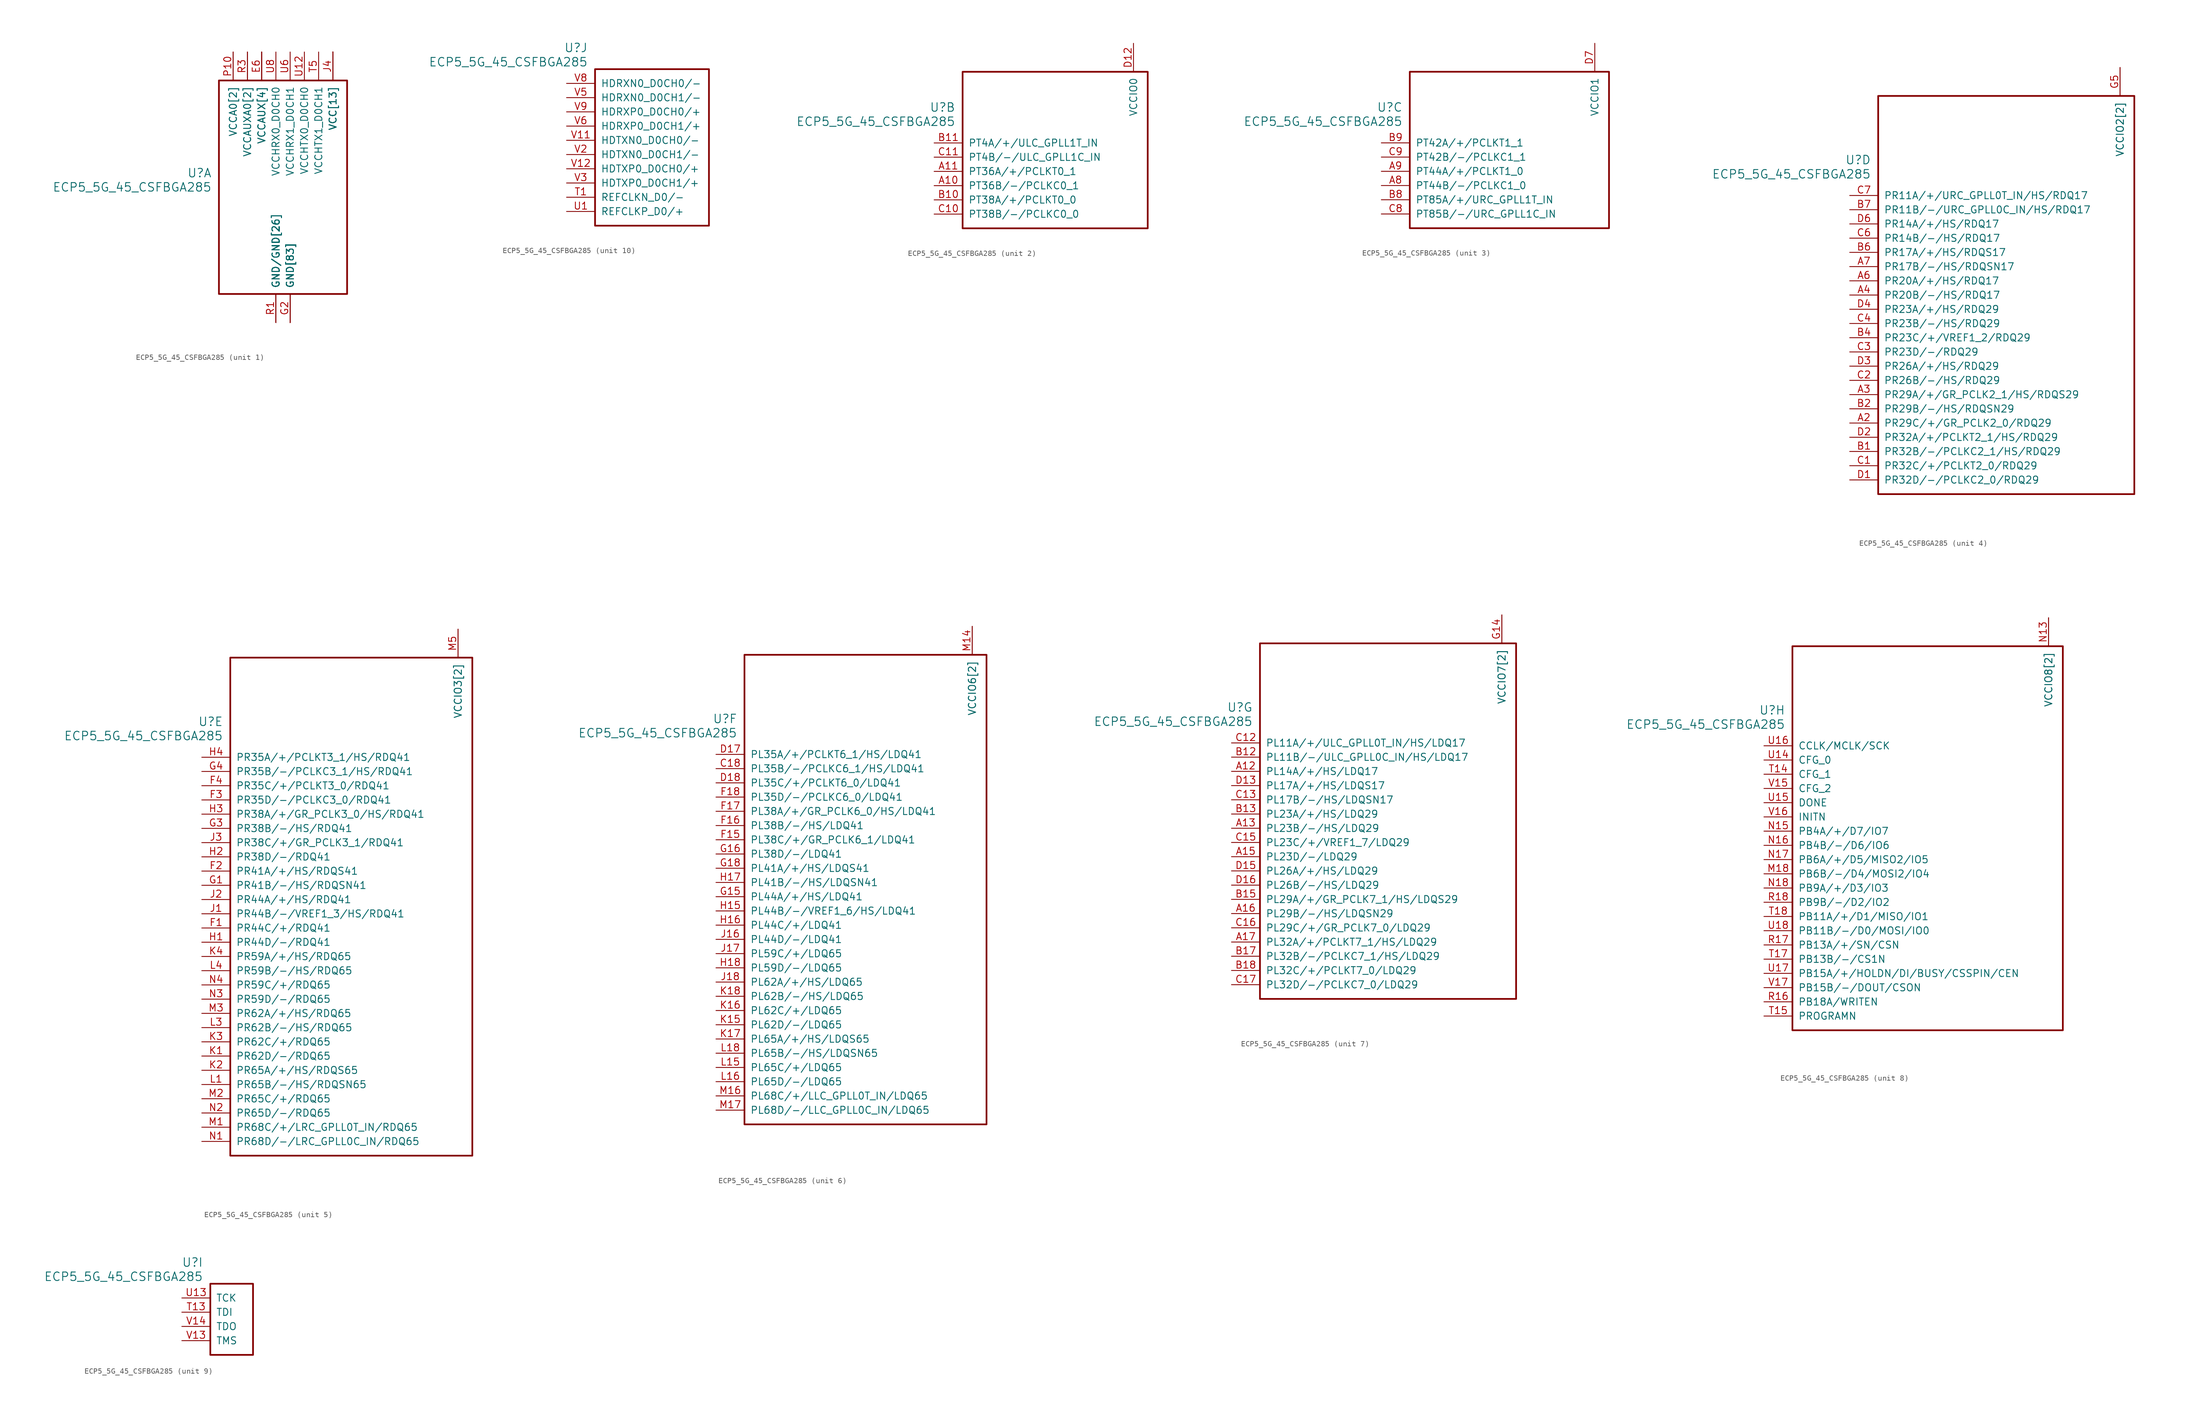
<source format=kicad_sym>
(kicad_symbol_lib
  (version 20231120)
  (generator "kicad_symbol_editor")
  (generator_version "8.0")
  (symbol "ECP5_5G_45_CSFBGA285"
    (pin_names
      (offset 1.016))
    (property "Reference" "U"
      (at 3.81 6.35 0)
      (effects (font (size 1.524 1.524)) (justify right)))
    (property "Value" "ECP5_5G_45_CSFBGA285"
      (at 3.81 3.81 0)
      (effects (font (size 1.524 1.524)) (justify right)))
    (property "ki_locked" ""
      (at 0 0 0)
      (effects (font (size 1.27 1.27))))
    (symbol "ECP5_5G_45_CSFBGA285_1_1"
      (rectangle (start 5.08 22.86) (end 27.94 -15.24) (stroke (width 0.305) (type default)) (fill (type none)))
      (pin power_in line (at 17.78 -20.32 90) (length 5.08) (name "GND[83]" (effects (font (size 1.27 1.27)))) (number "B16" (effects (font (size 0 0)))))
      (pin power_in line (at 17.78 -20.32 90) (length 5.08) (name "GND[83]" (effects (font (size 1.27 1.27)))) (number "B3" (effects (font (size 0 0)))))
      (pin power_in line (at 25.4 27.94 270) (length 5.08) (name "VCC[13]" (effects (font (size 1.27 1.27)))) (number "D10" (effects (font (size 0 0)))))
      (pin power_in line (at 25.4 27.94 270) (length 5.08) (name "VCC[13]" (effects (font (size 1.27 1.27)))) (number "D11" (effects (font (size 0 0)))))
      (pin power_in line (at 25.4 27.94 270) (length 5.08) (name "VCC[13]" (effects (font (size 1.27 1.27)))) (number "D8" (effects (font (size 0 0)))))
      (pin power_in line (at 25.4 27.94 270) (length 5.08) (name "VCC[13]" (effects (font (size 1.27 1.27)))) (number "D9" (effects (font (size 0 0)))))
      (pin power_in line (at 17.78 -20.32 90) (length 5.08) (name "GND[83]" (effects (font (size 1.27 1.27)))) (number "E10" (effects (font (size 0 0)))))
      (pin power_in line (at 17.78 -20.32 90) (length 5.08) (name "GND[83]" (effects (font (size 1.27 1.27)))) (number "E11" (effects (font (size 0 0)))))
      (pin power_in line (at 17.78 -20.32 90) (length 5.08) (name "GND[83]" (effects (font (size 1.27 1.27)))) (number "E12" (effects (font (size 0 0)))))
      (pin power_in line (at 12.7 27.94 270) (length 5.08) (name "VCCAUX[4]" (effects (font (size 1.27 1.27)))) (number "E13" (effects (font (size 0 0)))))
      (pin power_in line (at 17.78 -20.32 90) (length 5.08) (name "GND[83]" (effects (font (size 1.27 1.27)))) (number "E14" (effects (font (size 0 0)))))
      (pin power_in line (at 17.78 -20.32 90) (length 5.08) (name "GND[83]" (effects (font (size 1.27 1.27)))) (number "E5" (effects (font (size 0 0)))))
      (pin power_in line (at 12.7 27.94 270) (length 5.08) (name "VCCAUX[4]" (effects (font (size 1.27 1.27)))) (number "E6" (effects (font (size 1.27 1.27)))))
      (pin power_in line (at 17.78 -20.32 90) (length 5.08) (name "GND[83]" (effects (font (size 1.27 1.27)))) (number "E7" (effects (font (size 0 0)))))
      (pin power_in line (at 17.78 -20.32 90) (length 5.08) (name "GND[83]" (effects (font (size 1.27 1.27)))) (number "E8" (effects (font (size 0 0)))))
      (pin power_in line (at 17.78 -20.32 90) (length 5.08) (name "GND[83]" (effects (font (size 1.27 1.27)))) (number "E9" (effects (font (size 0 0)))))
      (pin power_in line (at 17.78 -20.32 90) (length 5.08) (name "GND[83]" (effects (font (size 1.27 1.27)))) (number "F10" (effects (font (size 0 0)))))
      (pin power_in line (at 17.78 -20.32 90) (length 5.08) (name "GND[83]" (effects (font (size 1.27 1.27)))) (number "F11" (effects (font (size 0 0)))))
      (pin power_in line (at 17.78 -20.32 90) (length 5.08) (name "GND[83]" (effects (font (size 1.27 1.27)))) (number "F12" (effects (font (size 0 0)))))
      (pin power_in line (at 17.78 -20.32 90) (length 5.08) (name "GND[83]" (effects (font (size 1.27 1.27)))) (number "F13" (effects (font (size 0 0)))))
      (pin power_in line (at 17.78 -20.32 90) (length 5.08) (name "GND[83]" (effects (font (size 1.27 1.27)))) (number "F14" (effects (font (size 0 0)))))
      (pin power_in line (at 17.78 -20.32 90) (length 5.08) (name "GND[83]" (effects (font (size 1.27 1.27)))) (number "F5" (effects (font (size 0 0)))))
      (pin power_in line (at 17.78 -20.32 90) (length 5.08) (name "GND[83]" (effects (font (size 1.27 1.27)))) (number "F6" (effects (font (size 0 0)))))
      (pin power_in line (at 17.78 -20.32 90) (length 5.08) (name "GND[83]" (effects (font (size 1.27 1.27)))) (number "F7" (effects (font (size 0 0)))))
      (pin power_in line (at 17.78 -20.32 90) (length 5.08) (name "GND[83]" (effects (font (size 1.27 1.27)))) (number "F8" (effects (font (size 0 0)))))
      (pin power_in line (at 17.78 -20.32 90) (length 5.08) (name "GND[83]" (effects (font (size 1.27 1.27)))) (number "F9" (effects (font (size 0 0)))))
      (pin power_in line (at 17.78 -20.32 90) (length 5.08) (name "GND[83]" (effects (font (size 1.27 1.27)))) (number "G10" (effects (font (size 0 0)))))
      (pin power_in line (at 17.78 -20.32 90) (length 5.08) (name "GND[83]" (effects (font (size 1.27 1.27)))) (number "G11" (effects (font (size 0 0)))))
      (pin power_in line (at 17.78 -20.32 90) (length 5.08) (name "GND[83]" (effects (font (size 1.27 1.27)))) (number "G12" (effects (font (size 0 0)))))
      (pin power_in line (at 17.78 -20.32 90) (length 5.08) (name "GND[83]" (effects (font (size 1.27 1.27)))) (number "G13" (effects (font (size 0 0)))))
      (pin power_in line (at 17.78 -20.32 90) (length 5.08) (name "GND[83]" (effects (font (size 1.27 1.27)))) (number "G17" (effects (font (size 0 0)))))
      (pin power_in line (at 17.78 -20.32 90) (length 5.08) (name "GND[83]" (effects (font (size 1.27 1.27)))) (number "G2" (effects (font (size 1.27 1.27)))))
      (pin power_in line (at 17.78 -20.32 90) (length 5.08) (name "GND[83]" (effects (font (size 1.27 1.27)))) (number "G6" (effects (font (size 0 0)))))
      (pin power_in line (at 17.78 -20.32 90) (length 5.08) (name "GND[83]" (effects (font (size 1.27 1.27)))) (number "G7" (effects (font (size 0 0)))))
      (pin power_in line (at 17.78 -20.32 90) (length 5.08) (name "GND[83]" (effects (font (size 1.27 1.27)))) (number "G8" (effects (font (size 0 0)))))
      (pin power_in line (at 17.78 -20.32 90) (length 5.08) (name "GND[83]" (effects (font (size 1.27 1.27)))) (number "G9" (effects (font (size 0 0)))))
      (pin power_in line (at 17.78 -20.32 90) (length 5.08) (name "GND[83]" (effects (font (size 1.27 1.27)))) (number "H10" (effects (font (size 0 0)))))
      (pin power_in line (at 17.78 -20.32 90) (length 5.08) (name "GND[83]" (effects (font (size 1.27 1.27)))) (number "H11" (effects (font (size 0 0)))))
      (pin power_in line (at 17.78 -20.32 90) (length 5.08) (name "GND[83]" (effects (font (size 1.27 1.27)))) (number "H12" (effects (font (size 0 0)))))
      (pin power_in line (at 17.78 -20.32 90) (length 5.08) (name "GND[83]" (effects (font (size 1.27 1.27)))) (number "H13" (effects (font (size 0 0)))))
      (pin power_in line (at 17.78 -20.32 90) (length 5.08) (name "GND[83]" (effects (font (size 1.27 1.27)))) (number "H6" (effects (font (size 0 0)))))
      (pin power_in line (at 17.78 -20.32 90) (length 5.08) (name "GND[83]" (effects (font (size 1.27 1.27)))) (number "H7" (effects (font (size 0 0)))))
      (pin power_in line (at 17.78 -20.32 90) (length 5.08) (name "GND[83]" (effects (font (size 1.27 1.27)))) (number "H8" (effects (font (size 0 0)))))
      (pin power_in line (at 17.78 -20.32 90) (length 5.08) (name "GND[83]" (effects (font (size 1.27 1.27)))) (number "H9" (effects (font (size 0 0)))))
      (pin power_in line (at 17.78 -20.32 90) (length 5.08) (name "GND[83]" (effects (font (size 1.27 1.27)))) (number "J10" (effects (font (size 0 0)))))
      (pin power_in line (at 17.78 -20.32 90) (length 5.08) (name "GND[83]" (effects (font (size 1.27 1.27)))) (number "J11" (effects (font (size 0 0)))))
      (pin power_in line (at 17.78 -20.32 90) (length 5.08) (name "GND[83]" (effects (font (size 1.27 1.27)))) (number "J12" (effects (font (size 0 0)))))
      (pin power_in line (at 17.78 -20.32 90) (length 5.08) (name "GND[83]" (effects (font (size 1.27 1.27)))) (number "J13" (effects (font (size 0 0)))))
      (pin power_in line (at 25.4 27.94 270) (length 5.08) (name "VCC[13]" (effects (font (size 1.27 1.27)))) (number "J14" (effects (font (size 0 0)))))
      (pin power_in line (at 25.4 27.94 270) (length 5.08) (name "VCC[13]" (effects (font (size 1.27 1.27)))) (number "J15" (effects (font (size 0 0)))))
      (pin power_in line (at 25.4 27.94 270) (length 5.08) (name "VCC[13]" (effects (font (size 1.27 1.27)))) (number "J4" (effects (font (size 1.27 1.27)))))
      (pin power_in line (at 25.4 27.94 270) (length 5.08) (name "VCC[13]" (effects (font (size 1.27 1.27)))) (number "J5" (effects (font (size 0 0)))))
      (pin power_in line (at 17.78 -20.32 90) (length 5.08) (name "GND[83]" (effects (font (size 1.27 1.27)))) (number "J6" (effects (font (size 0 0)))))
      (pin power_in line (at 17.78 -20.32 90) (length 5.08) (name "GND[83]" (effects (font (size 1.27 1.27)))) (number "J7" (effects (font (size 0 0)))))
      (pin power_in line (at 17.78 -20.32 90) (length 5.08) (name "GND[83]" (effects (font (size 1.27 1.27)))) (number "J8" (effects (font (size 0 0)))))
      (pin power_in line (at 17.78 -20.32 90) (length 5.08) (name "GND[83]" (effects (font (size 1.27 1.27)))) (number "J9" (effects (font (size 0 0)))))
      (pin power_in line (at 17.78 -20.32 90) (length 5.08) (name "GND[83]" (effects (font (size 1.27 1.27)))) (number "K10" (effects (font (size 0 0)))))
      (pin power_in line (at 17.78 -20.32 90) (length 5.08) (name "GND[83]" (effects (font (size 1.27 1.27)))) (number "K11" (effects (font (size 0 0)))))
      (pin power_in line (at 17.78 -20.32 90) (length 5.08) (name "GND[83]" (effects (font (size 1.27 1.27)))) (number "K12" (effects (font (size 0 0)))))
      (pin power_in line (at 17.78 -20.32 90) (length 5.08) (name "GND[83]" (effects (font (size 1.27 1.27)))) (number "K13" (effects (font (size 0 0)))))
      (pin power_in line (at 17.78 -20.32 90) (length 5.08) (name "GND[83]" (effects (font (size 1.27 1.27)))) (number "K14" (effects (font (size 0 0)))))
      (pin power_in line (at 17.78 -20.32 90) (length 5.08) (name "GND[83]" (effects (font (size 1.27 1.27)))) (number "K5" (effects (font (size 0 0)))))
      (pin power_in line (at 17.78 -20.32 90) (length 5.08) (name "GND[83]" (effects (font (size 1.27 1.27)))) (number "K6" (effects (font (size 0 0)))))
      (pin power_in line (at 17.78 -20.32 90) (length 5.08) (name "GND[83]" (effects (font (size 1.27 1.27)))) (number "K7" (effects (font (size 0 0)))))
      (pin power_in line (at 17.78 -20.32 90) (length 5.08) (name "GND[83]" (effects (font (size 1.27 1.27)))) (number "K8" (effects (font (size 0 0)))))
      (pin power_in line (at 17.78 -20.32 90) (length 5.08) (name "GND[83]" (effects (font (size 1.27 1.27)))) (number "K9" (effects (font (size 0 0)))))
      (pin power_in line (at 17.78 -20.32 90) (length 5.08) (name "GND[83]" (effects (font (size 1.27 1.27)))) (number "L10" (effects (font (size 0 0)))))
      (pin power_in line (at 17.78 -20.32 90) (length 5.08) (name "GND[83]" (effects (font (size 1.27 1.27)))) (number "L11" (effects (font (size 0 0)))))
      (pin power_in line (at 17.78 -20.32 90) (length 5.08) (name "GND[83]" (effects (font (size 1.27 1.27)))) (number "L12" (effects (font (size 0 0)))))
      (pin power_in line (at 17.78 -20.32 90) (length 5.08) (name "GND[83]" (effects (font (size 1.27 1.27)))) (number "L13" (effects (font (size 0 0)))))
      (pin power_in line (at 17.78 -20.32 90) (length 5.08) (name "GND[83]" (effects (font (size 1.27 1.27)))) (number "L14" (effects (font (size 0 0)))))
      (pin power_in line (at 17.78 -20.32 90) (length 5.08) (name "GND[83]" (effects (font (size 1.27 1.27)))) (number "L17" (effects (font (size 0 0)))))
      (pin power_in line (at 17.78 -20.32 90) (length 5.08) (name "GND[83]" (effects (font (size 1.27 1.27)))) (number "L2" (effects (font (size 0 0)))))
      (pin power_in line (at 17.78 -20.32 90) (length 5.08) (name "GND[83]" (effects (font (size 1.27 1.27)))) (number "L5" (effects (font (size 0 0)))))
      (pin power_in line (at 17.78 -20.32 90) (length 5.08) (name "GND[83]" (effects (font (size 1.27 1.27)))) (number "L6" (effects (font (size 0 0)))))
      (pin power_in line (at 17.78 -20.32 90) (length 5.08) (name "GND[83]" (effects (font (size 1.27 1.27)))) (number "L7" (effects (font (size 0 0)))))
      (pin power_in line (at 17.78 -20.32 90) (length 5.08) (name "GND[83]" (effects (font (size 1.27 1.27)))) (number "L8" (effects (font (size 0 0)))))
      (pin power_in line (at 17.78 -20.32 90) (length 5.08) (name "GND[83]" (effects (font (size 1.27 1.27)))) (number "L9" (effects (font (size 0 0)))))
      (pin power_in line (at 17.78 -20.32 90) (length 5.08) (name "GND[83]" (effects (font (size 1.27 1.27)))) (number "M10" (effects (font (size 0 0)))))
      (pin power_in line (at 17.78 -20.32 90) (length 5.08) (name "GND[83]" (effects (font (size 1.27 1.27)))) (number "M11" (effects (font (size 0 0)))))
      (pin power_in line (at 17.78 -20.32 90) (length 5.08) (name "GND[83]" (effects (font (size 1.27 1.27)))) (number "M12" (effects (font (size 0 0)))))
      (pin power_in line (at 17.78 -20.32 90) (length 5.08) (name "GND[83]" (effects (font (size 1.27 1.27)))) (number "M13" (effects (font (size 0 0)))))
      (pin power_in line (at 25.4 27.94 270) (length 5.08) (name "VCC[13]" (effects (font (size 1.27 1.27)))) (number "M15" (effects (font (size 0 0)))))
      (pin power_in line (at 25.4 27.94 270) (length 5.08) (name "VCC[13]" (effects (font (size 1.27 1.27)))) (number "M4" (effects (font (size 0 0)))))
      (pin power_in line (at 17.78 -20.32 90) (length 5.08) (name "GND[83]" (effects (font (size 1.27 1.27)))) (number "M6" (effects (font (size 0 0)))))
      (pin power_in line (at 17.78 -20.32 90) (length 5.08) (name "GND[83]" (effects (font (size 1.27 1.27)))) (number "M7" (effects (font (size 0 0)))))
      (pin power_in line (at 17.78 -20.32 90) (length 5.08) (name "GND[83]" (effects (font (size 1.27 1.27)))) (number "M8" (effects (font (size 0 0)))))
      (pin power_in line (at 17.78 -20.32 90) (length 5.08) (name "GND[83]" (effects (font (size 1.27 1.27)))) (number "M9" (effects (font (size 0 0)))))
      (pin power_in line (at 17.78 -20.32 90) (length 5.08) (name "GND[83]" (effects (font (size 1.27 1.27)))) (number "N10" (effects (font (size 0 0)))))
      (pin power_in line (at 17.78 -20.32 90) (length 5.08) (name "GND[83]" (effects (font (size 1.27 1.27)))) (number "N11" (effects (font (size 0 0)))))
      (pin power_in line (at 17.78 -20.32 90) (length 5.08) (name "GND[83]" (effects (font (size 1.27 1.27)))) (number "N12" (effects (font (size 0 0)))))
      (pin power_in line (at 12.7 27.94 270) (length 5.08) (name "VCCAUX[4]" (effects (font (size 1.27 1.27)))) (number "N6" (effects (font (size 0 0)))))
      (pin power_in line (at 17.78 -20.32 90) (length 5.08) (name "GND[83]" (effects (font (size 1.27 1.27)))) (number "N7" (effects (font (size 0 0)))))
      (pin power_in line (at 17.78 -20.32 90) (length 5.08) (name "GND[83]" (effects (font (size 1.27 1.27)))) (number "N8" (effects (font (size 0 0)))))
      (pin power_in line (at 17.78 -20.32 90) (length 5.08) (name "GND[83]" (effects (font (size 1.27 1.27)))) (number "N9" (effects (font (size 0 0)))))
      (pin power_in line (at 7.62 27.94 270) (length 5.08) (name "VCCA0[2]" (effects (font (size 1.27 1.27)))) (number "P10" (effects (font (size 1.27 1.27)))))
      (pin power_in line (at 25.4 27.94 270) (length 5.08) (name "VCC[13]" (effects (font (size 1.27 1.27)))) (number "P11" (effects (font (size 0 0)))))
      (pin power_in line (at 15.24 -20.32 90) (length 5.08) (name "GND/GND[26]" (effects (font (size 1.27 1.27)))) (number "P12" (effects (font (size 0 0)))))
      (pin power_in line (at 12.7 27.94 270) (length 5.08) (name "VCCAUX[4]" (effects (font (size 1.27 1.27)))) (number "P13" (effects (font (size 0 0)))))
      (pin power_in line (at 10.16 27.94 270) (length 5.08) (name "VCCAUXA0[2]" (effects (font (size 1.27 1.27)))) (number "P5" (effects (font (size 0 0)))))
      (pin power_in line (at 15.24 -20.32 90) (length 5.08) (name "GND/GND[26]" (effects (font (size 1.27 1.27)))) (number "P6" (effects (font (size 0 0)))))
      (pin power_in line (at 25.4 27.94 270) (length 5.08) (name "VCC[13]" (effects (font (size 1.27 1.27)))) (number "P7" (effects (font (size 0 0)))))
      (pin power_in line (at 15.24 -20.32 90) (length 5.08) (name "GND/GND[26]" (effects (font (size 1.27 1.27)))) (number "P8" (effects (font (size 0 0)))))
      (pin power_in line (at 25.4 27.94 270) (length 5.08) (name "VCC[13]" (effects (font (size 1.27 1.27)))) (number "P9" (effects (font (size 0 0)))))
      (pin power_in line (at 15.24 -20.32 90) (length 5.08) (name "GND/GND[26]" (effects (font (size 1.27 1.27)))) (number "R1" (effects (font (size 1.27 1.27)))))
      (pin power_in line (at 7.62 27.94 270) (length 5.08) (name "VCCA0[2]" (effects (font (size 1.27 1.27)))) (number "R10" (effects (font (size 0 0)))))
      (pin power_in line (at 15.24 -20.32 90) (length 5.08) (name "GND/GND[26]" (effects (font (size 1.27 1.27)))) (number "R2" (effects (font (size 0 0)))))
      (pin power_in line (at 10.16 27.94 270) (length 5.08) (name "VCCAUXA0[2]" (effects (font (size 1.27 1.27)))) (number "R3" (effects (font (size 1.27 1.27)))))
      (pin power_in line (at 15.24 -20.32 90) (length 5.08) (name "GND/GND[26]" (effects (font (size 1.27 1.27)))) (number "T10" (effects (font (size 0 0)))))
      (pin power_in line (at 15.24 -20.32 90) (length 5.08) (name "GND/GND[26]" (effects (font (size 1.27 1.27)))) (number "T11" (effects (font (size 0 0)))))
      (pin power_in line (at 15.24 -20.32 90) (length 5.08) (name "GND/GND[26]" (effects (font (size 1.27 1.27)))) (number "T12" (effects (font (size 0 0)))))
      (pin power_in line (at 17.78 -20.32 90) (length 5.08) (name "GND[83]" (effects (font (size 1.27 1.27)))) (number "T16" (effects (font (size 0 0)))))
      (pin power_in line (at 15.24 -20.32 90) (length 5.08) (name "GND/GND[26]" (effects (font (size 1.27 1.27)))) (number "T2" (effects (font (size 0 0)))))
      (pin power_in line (at 15.24 -20.32 90) (length 5.08) (name "GND/GND[26]" (effects (font (size 1.27 1.27)))) (number "T3" (effects (font (size 0 0)))))
      (pin power_in line (at 15.24 -20.32 90) (length 5.08) (name "GND/GND[26]" (effects (font (size 1.27 1.27)))) (number "T4" (effects (font (size 0 0)))))
      (pin power_in line (at 22.86 27.94 270) (length 5.08) (name "VCCHTX1_D0CH1" (effects (font (size 1.27 1.27)))) (number "T5" (effects (font (size 1.27 1.27)))))
      (pin power_in line (at 15.24 -20.32 90) (length 5.08) (name "GND/GND[26]" (effects (font (size 1.27 1.27)))) (number "T6" (effects (font (size 0 0)))))
      (pin power_in line (at 15.24 -20.32 90) (length 5.08) (name "GND/GND[26]" (effects (font (size 1.27 1.27)))) (number "T7" (effects (font (size 0 0)))))
      (pin power_in line (at 15.24 -20.32 90) (length 5.08) (name "GND/GND[26]" (effects (font (size 1.27 1.27)))) (number "T8" (effects (font (size 0 0)))))
      (pin power_in line (at 15.24 -20.32 90) (length 5.08) (name "GND/GND[26]" (effects (font (size 1.27 1.27)))) (number "T9" (effects (font (size 0 0)))))
      (pin power_in line (at 15.24 -20.32 90) (length 5.08) (name "GND/GND[26]" (effects (font (size 1.27 1.27)))) (number "U10" (effects (font (size 0 0)))))
      (pin power_in line (at 15.24 -20.32 90) (length 5.08) (name "GND/GND[26]" (effects (font (size 1.27 1.27)))) (number "U11" (effects (font (size 0 0)))))
      (pin power_in line (at 20.32 27.94 270) (length 5.08) (name "VCCHTX0_D0CH0" (effects (font (size 1.27 1.27)))) (number "U12" (effects (font (size 1.27 1.27)))))
      (pin power_in line (at 15.24 -20.32 90) (length 5.08) (name "GND/GND[26]" (effects (font (size 1.27 1.27)))) (number "U2" (effects (font (size 0 0)))))
      (pin power_in line (at 15.24 -20.32 90) (length 5.08) (name "GND/GND[26]" (effects (font (size 1.27 1.27)))) (number "U3" (effects (font (size 0 0)))))
      (pin power_in line (at 15.24 -20.32 90) (length 5.08) (name "GND/GND[26]" (effects (font (size 1.27 1.27)))) (number "U4" (effects (font (size 0 0)))))
      (pin power_in line (at 15.24 -20.32 90) (length 5.08) (name "GND/GND[26]" (effects (font (size 1.27 1.27)))) (number "U5" (effects (font (size 0 0)))))
      (pin power_in line (at 17.78 27.94 270) (length 5.08) (name "VCCHRX1_D0CH1" (effects (font (size 1.27 1.27)))) (number "U6" (effects (font (size 1.27 1.27)))))
      (pin power_in line (at 15.24 -20.32 90) (length 5.08) (name "GND/GND[26]" (effects (font (size 1.27 1.27)))) (number "U7" (effects (font (size 0 0)))))
      (pin power_in line (at 15.24 27.94 270) (length 5.08) (name "VCCHRX0_D0CH0" (effects (font (size 1.27 1.27)))) (number "U8" (effects (font (size 1.27 1.27)))))
      (pin power_in line (at 15.24 -20.32 90) (length 5.08) (name "GND/GND[26]" (effects (font (size 1.27 1.27)))) (number "U9" (effects (font (size 0 0)))))
      (pin power_in line (at 15.24 -20.32 90) (length 5.08) (name "GND/GND[26]" (effects (font (size 1.27 1.27)))) (number "V10" (effects (font (size 0 0)))))
      (pin power_in line (at 15.24 -20.32 90) (length 5.08) (name "GND/GND[26]" (effects (font (size 1.27 1.27)))) (number "V4" (effects (font (size 0 0)))))
      (pin power_in line (at 15.24 -20.32 90) (length 5.08) (name "GND/GND[26]" (effects (font (size 1.27 1.27)))) (number "V7" (effects (font (size 0 0))))))
    (symbol "ECP5_5G_45_CSFBGA285_2_1"
      (rectangle (start 5.08 12.7) (end 38.1 -15.24) (stroke (width 0.305) (type default)) (fill (type none)))
      (pin bidirectional line (at 0 -7.62 0) (length 5.08) (name "PT36B/-/PCLKC0_1" (effects (font (size 1.27 1.27)))) (number "A10" (effects (font (size 1.27 1.27)))))
      (pin bidirectional line (at 0 -5.08 0) (length 5.08) (name "PT36A/+/PCLKT0_1" (effects (font (size 1.27 1.27)))) (number "A11" (effects (font (size 1.27 1.27)))))
      (pin bidirectional line (at 0 -10.16 0) (length 5.08) (name "PT38A/+/PCLKT0_0" (effects (font (size 1.27 1.27)))) (number "B10" (effects (font (size 1.27 1.27)))))
      (pin bidirectional line (at 0 0 0) (length 5.08) (name "PT4A/+/ULC_GPLL1T_IN" (effects (font (size 1.27 1.27)))) (number "B11" (effects (font (size 1.27 1.27)))))
      (pin bidirectional line (at 0 -12.7 0) (length 5.08) (name "PT38B/-/PCLKC0_0" (effects (font (size 1.27 1.27)))) (number "C10" (effects (font (size 1.27 1.27)))))
      (pin bidirectional line (at 0 -2.54 0) (length 5.08) (name "PT4B/-/ULC_GPLL1C_IN" (effects (font (size 1.27 1.27)))) (number "C11" (effects (font (size 1.27 1.27)))))
      (pin power_in line (at 35.56 17.78 270) (length 5.08) (name "VCCIO0" (effects (font (size 1.27 1.27)))) (number "D12" (effects (font (size 1.27 1.27))))))
    (symbol "ECP5_5G_45_CSFBGA285_3_1"
      (rectangle (start 5.08 12.7) (end 40.64 -15.24) (stroke (width 0.305) (type default)) (fill (type none)))
      (pin bidirectional line (at 0 -7.62 0) (length 5.08) (name "PT44B/-/PCLKC1_0" (effects (font (size 1.27 1.27)))) (number "A8" (effects (font (size 1.27 1.27)))))
      (pin bidirectional line (at 0 -5.08 0) (length 5.08) (name "PT44A/+/PCLKT1_0" (effects (font (size 1.27 1.27)))) (number "A9" (effects (font (size 1.27 1.27)))))
      (pin bidirectional line (at 0 -10.16 0) (length 5.08) (name "PT85A/+/URC_GPLL1T_IN" (effects (font (size 1.27 1.27)))) (number "B8" (effects (font (size 1.27 1.27)))))
      (pin bidirectional line (at 0 0 0) (length 5.08) (name "PT42A/+/PCLKT1_1" (effects (font (size 1.27 1.27)))) (number "B9" (effects (font (size 1.27 1.27)))))
      (pin bidirectional line (at 0 -12.7 0) (length 5.08) (name "PT85B/-/URC_GPLL1C_IN" (effects (font (size 1.27 1.27)))) (number "C8" (effects (font (size 1.27 1.27)))))
      (pin bidirectional line (at 0 -2.54 0) (length 5.08) (name "PT42B/-/PCLKC1_1" (effects (font (size 1.27 1.27)))) (number "C9" (effects (font (size 1.27 1.27)))))
      (pin power_in line (at 38.1 17.78 270) (length 5.08) (name "VCCIO1" (effects (font (size 1.27 1.27)))) (number "D7" (effects (font (size 1.27 1.27))))))
    (symbol "ECP5_5G_45_CSFBGA285_4_1"
      (rectangle (start 5.08 17.78) (end 50.8 -53.34) (stroke (width 0.305) (type default)) (fill (type none)))
      (pin bidirectional line (at 0 -40.64 0) (length 5.08) (name "PR29C/+/GR_PCLK2_0/RDQ29" (effects (font (size 1.27 1.27)))) (number "A2" (effects (font (size 1.27 1.27)))))
      (pin bidirectional line (at 0 -35.56 0) (length 5.08) (name "PR29A/+/GR_PCLK2_1/HS/RDQS29" (effects (font (size 1.27 1.27)))) (number "A3" (effects (font (size 1.27 1.27)))))
      (pin bidirectional line (at 0 -17.78 0) (length 5.08) (name "PR20B/-/HS/RDQ17" (effects (font (size 1.27 1.27)))) (number "A4" (effects (font (size 1.27 1.27)))))
      (pin bidirectional line (at 0 -15.24 0) (length 5.08) (name "PR20A/+/HS/RDQ17" (effects (font (size 1.27 1.27)))) (number "A6" (effects (font (size 1.27 1.27)))))
      (pin bidirectional line (at 0 -12.7 0) (length 5.08) (name "PR17B/-/HS/RDQSN17" (effects (font (size 1.27 1.27)))) (number "A7" (effects (font (size 1.27 1.27)))))
      (pin bidirectional line (at 0 -45.72 0) (length 5.08) (name "PR32B/-/PCLKC2_1/HS/RDQ29" (effects (font (size 1.27 1.27)))) (number "B1" (effects (font (size 1.27 1.27)))))
      (pin bidirectional line (at 0 -38.1 0) (length 5.08) (name "PR29B/-/HS/RDQSN29" (effects (font (size 1.27 1.27)))) (number "B2" (effects (font (size 1.27 1.27)))))
      (pin bidirectional line (at 0 -25.4 0) (length 5.08) (name "PR23C/+/VREF1_2/RDQ29" (effects (font (size 1.27 1.27)))) (number "B4" (effects (font (size 1.27 1.27)))))
      (pin bidirectional line (at 0 -10.16 0) (length 5.08) (name "PR17A/+/HS/RDQS17" (effects (font (size 1.27 1.27)))) (number "B6" (effects (font (size 1.27 1.27)))))
      (pin bidirectional line (at 0 -2.54 0) (length 5.08) (name "PR11B/-/URC_GPLL0C_IN/HS/RDQ17" (effects (font (size 1.27 1.27)))) (number "B7" (effects (font (size 1.27 1.27)))))
      (pin bidirectional line (at 0 -48.26 0) (length 5.08) (name "PR32C/+/PCLKT2_0/RDQ29" (effects (font (size 1.27 1.27)))) (number "C1" (effects (font (size 1.27 1.27)))))
      (pin bidirectional line (at 0 -33.02 0) (length 5.08) (name "PR26B/-/HS/RDQ29" (effects (font (size 1.27 1.27)))) (number "C2" (effects (font (size 1.27 1.27)))))
      (pin bidirectional line (at 0 -27.94 0) (length 5.08) (name "PR23D/-/RDQ29" (effects (font (size 1.27 1.27)))) (number "C3" (effects (font (size 1.27 1.27)))))
      (pin bidirectional line (at 0 -22.86 0) (length 5.08) (name "PR23B/-/HS/RDQ29" (effects (font (size 1.27 1.27)))) (number "C4" (effects (font (size 1.27 1.27)))))
      (pin bidirectional line (at 0 -7.62 0) (length 5.08) (name "PR14B/-/HS/RDQ17" (effects (font (size 1.27 1.27)))) (number "C6" (effects (font (size 1.27 1.27)))))
      (pin bidirectional line (at 0 0 0) (length 5.08) (name "PR11A/+/URC_GPLL0T_IN/HS/RDQ17" (effects (font (size 1.27 1.27)))) (number "C7" (effects (font (size 1.27 1.27)))))
      (pin bidirectional line (at 0 -50.8 0) (length 5.08) (name "PR32D/-/PCLKC2_0/RDQ29" (effects (font (size 1.27 1.27)))) (number "D1" (effects (font (size 1.27 1.27)))))
      (pin bidirectional line (at 0 -43.18 0) (length 5.08) (name "PR32A/+/PCLKT2_1/HS/RDQ29" (effects (font (size 1.27 1.27)))) (number "D2" (effects (font (size 1.27 1.27)))))
      (pin bidirectional line (at 0 -30.48 0) (length 5.08) (name "PR26A/+/HS/RDQ29" (effects (font (size 1.27 1.27)))) (number "D3" (effects (font (size 1.27 1.27)))))
      (pin bidirectional line (at 0 -20.32 0) (length 5.08) (name "PR23A/+/HS/RDQ29" (effects (font (size 1.27 1.27)))) (number "D4" (effects (font (size 1.27 1.27)))))
      (pin bidirectional line (at 0 -5.08 0) (length 5.08) (name "PR14A/+/HS/RDQ17" (effects (font (size 1.27 1.27)))) (number "D6" (effects (font (size 1.27 1.27)))))
      (pin power_in line (at 48.26 22.86 270) (length 5.08) (name "VCCIO2[2]" (effects (font (size 1.27 1.27)))) (number "G5" (effects (font (size 1.27 1.27)))))
      (pin power_in line (at 48.26 22.86 270) (length 5.08) (name "VCCIO2[2]" (effects (font (size 1.27 1.27)))) (number "H5" (effects (font (size 0 0))))))
    (symbol "ECP5_5G_45_CSFBGA285_5_1"
      (rectangle (start 5.08 17.78) (end 48.26 -71.12) (stroke (width 0.305) (type default)) (fill (type none)))
      (pin bidirectional line (at 0 -30.48 0) (length 5.08) (name "PR44C/+/RDQ41" (effects (font (size 1.27 1.27)))) (number "F1" (effects (font (size 1.27 1.27)))))
      (pin bidirectional line (at 0 -20.32 0) (length 5.08) (name "PR41A/+/HS/RDQS41" (effects (font (size 1.27 1.27)))) (number "F2" (effects (font (size 1.27 1.27)))))
      (pin bidirectional line (at 0 -7.62 0) (length 5.08) (name "PR35D/-/PCLKC3_0/RDQ41" (effects (font (size 1.27 1.27)))) (number "F3" (effects (font (size 1.27 1.27)))))
      (pin bidirectional line (at 0 -5.08 0) (length 5.08) (name "PR35C/+/PCLKT3_0/RDQ41" (effects (font (size 1.27 1.27)))) (number "F4" (effects (font (size 1.27 1.27)))))
      (pin bidirectional line (at 0 -22.86 0) (length 5.08) (name "PR41B/-/HS/RDQSN41" (effects (font (size 1.27 1.27)))) (number "G1" (effects (font (size 1.27 1.27)))))
      (pin bidirectional line (at 0 -12.7 0) (length 5.08) (name "PR38B/-/HS/RDQ41" (effects (font (size 1.27 1.27)))) (number "G3" (effects (font (size 1.27 1.27)))))
      (pin bidirectional line (at 0 -2.54 0) (length 5.08) (name "PR35B/-/PCLKC3_1/HS/RDQ41" (effects (font (size 1.27 1.27)))) (number "G4" (effects (font (size 1.27 1.27)))))
      (pin bidirectional line (at 0 -33.02 0) (length 5.08) (name "PR44D/-/RDQ41" (effects (font (size 1.27 1.27)))) (number "H1" (effects (font (size 1.27 1.27)))))
      (pin bidirectional line (at 0 -17.78 0) (length 5.08) (name "PR38D/-/RDQ41" (effects (font (size 1.27 1.27)))) (number "H2" (effects (font (size 1.27 1.27)))))
      (pin bidirectional line (at 0 -10.16 0) (length 5.08) (name "PR38A/+/GR_PCLK3_0/HS/RDQ41" (effects (font (size 1.27 1.27)))) (number "H3" (effects (font (size 1.27 1.27)))))
      (pin bidirectional line (at 0 0 0) (length 5.08) (name "PR35A/+/PCLKT3_1/HS/RDQ41" (effects (font (size 1.27 1.27)))) (number "H4" (effects (font (size 1.27 1.27)))))
      (pin bidirectional line (at 0 -27.94 0) (length 5.08) (name "PR44B/-/VREF1_3/HS/RDQ41" (effects (font (size 1.27 1.27)))) (number "J1" (effects (font (size 1.27 1.27)))))
      (pin bidirectional line (at 0 -25.4 0) (length 5.08) (name "PR44A/+/HS/RDQ41" (effects (font (size 1.27 1.27)))) (number "J2" (effects (font (size 1.27 1.27)))))
      (pin bidirectional line (at 0 -15.24 0) (length 5.08) (name "PR38C/+/GR_PCLK3_1/RDQ41" (effects (font (size 1.27 1.27)))) (number "J3" (effects (font (size 1.27 1.27)))))
      (pin bidirectional line (at 0 -53.34 0) (length 5.08) (name "PR62D/-/RDQ65" (effects (font (size 1.27 1.27)))) (number "K1" (effects (font (size 1.27 1.27)))))
      (pin bidirectional line (at 0 -55.88 0) (length 5.08) (name "PR65A/+/HS/RDQS65" (effects (font (size 1.27 1.27)))) (number "K2" (effects (font (size 1.27 1.27)))))
      (pin bidirectional line (at 0 -50.8 0) (length 5.08) (name "PR62C/+/RDQ65" (effects (font (size 1.27 1.27)))) (number "K3" (effects (font (size 1.27 1.27)))))
      (pin bidirectional line (at 0 -35.56 0) (length 5.08) (name "PR59A/+/HS/RDQ65" (effects (font (size 1.27 1.27)))) (number "K4" (effects (font (size 1.27 1.27)))))
      (pin bidirectional line (at 0 -58.42 0) (length 5.08) (name "PR65B/-/HS/RDQSN65" (effects (font (size 1.27 1.27)))) (number "L1" (effects (font (size 1.27 1.27)))))
      (pin bidirectional line (at 0 -48.26 0) (length 5.08) (name "PR62B/-/HS/RDQ65" (effects (font (size 1.27 1.27)))) (number "L3" (effects (font (size 1.27 1.27)))))
      (pin bidirectional line (at 0 -38.1 0) (length 5.08) (name "PR59B/-/HS/RDQ65" (effects (font (size 1.27 1.27)))) (number "L4" (effects (font (size 1.27 1.27)))))
      (pin bidirectional line (at 0 -66.04 0) (length 5.08) (name "PR68C/+/LRC_GPLL0T_IN/RDQ65" (effects (font (size 1.27 1.27)))) (number "M1" (effects (font (size 1.27 1.27)))))
      (pin bidirectional line (at 0 -60.96 0) (length 5.08) (name "PR65C/+/RDQ65" (effects (font (size 1.27 1.27)))) (number "M2" (effects (font (size 1.27 1.27)))))
      (pin bidirectional line (at 0 -45.72 0) (length 5.08) (name "PR62A/+/HS/RDQ65" (effects (font (size 1.27 1.27)))) (number "M3" (effects (font (size 1.27 1.27)))))
      (pin power_in line (at 45.72 22.86 270) (length 5.08) (name "VCCIO3[2]" (effects (font (size 1.27 1.27)))) (number "M5" (effects (font (size 1.27 1.27)))))
      (pin bidirectional line (at 0 -68.58 0) (length 5.08) (name "PR68D/-/LRC_GPLL0C_IN/RDQ65" (effects (font (size 1.27 1.27)))) (number "N1" (effects (font (size 1.27 1.27)))))
      (pin bidirectional line (at 0 -63.5 0) (length 5.08) (name "PR65D/-/RDQ65" (effects (font (size 1.27 1.27)))) (number "N2" (effects (font (size 1.27 1.27)))))
      (pin bidirectional line (at 0 -43.18 0) (length 5.08) (name "PR59D/-/RDQ65" (effects (font (size 1.27 1.27)))) (number "N3" (effects (font (size 1.27 1.27)))))
      (pin bidirectional line (at 0 -40.64 0) (length 5.08) (name "PR59C/+/RDQ65" (effects (font (size 1.27 1.27)))) (number "N4" (effects (font (size 1.27 1.27)))))
      (pin power_in line (at 45.72 22.86 270) (length 5.08) (name "VCCIO3[2]" (effects (font (size 1.27 1.27)))) (number "N5" (effects (font (size 0 0))))))
    (symbol "ECP5_5G_45_CSFBGA285_6_1"
      (rectangle (start 5.08 17.78) (end 48.26 -66.04) (stroke (width 0.305) (type default)) (fill (type none)))
      (pin bidirectional line (at 0 -2.54 0) (length 5.08) (name "PL35B/-/PCLKC6_1/HS/LDQ41" (effects (font (size 1.27 1.27)))) (number "C18" (effects (font (size 1.27 1.27)))))
      (pin bidirectional line (at 0 0 0) (length 5.08) (name "PL35A/+/PCLKT6_1/HS/LDQ41" (effects (font (size 1.27 1.27)))) (number "D17" (effects (font (size 1.27 1.27)))))
      (pin bidirectional line (at 0 -5.08 0) (length 5.08) (name "PL35C/+/PCLKT6_0/LDQ41" (effects (font (size 1.27 1.27)))) (number "D18" (effects (font (size 1.27 1.27)))))
      (pin bidirectional line (at 0 -15.24 0) (length 5.08) (name "PL38C/+/GR_PCLK6_1/LDQ41" (effects (font (size 1.27 1.27)))) (number "F15" (effects (font (size 1.27 1.27)))))
      (pin bidirectional line (at 0 -12.7 0) (length 5.08) (name "PL38B/-/HS/LDQ41" (effects (font (size 1.27 1.27)))) (number "F16" (effects (font (size 1.27 1.27)))))
      (pin bidirectional line (at 0 -10.16 0) (length 5.08) (name "PL38A/+/GR_PCLK6_0/HS/LDQ41" (effects (font (size 1.27 1.27)))) (number "F17" (effects (font (size 1.27 1.27)))))
      (pin bidirectional line (at 0 -7.62 0) (length 5.08) (name "PL35D/-/PCLKC6_0/LDQ41" (effects (font (size 1.27 1.27)))) (number "F18" (effects (font (size 1.27 1.27)))))
      (pin bidirectional line (at 0 -25.4 0) (length 5.08) (name "PL44A/+/HS/LDQ41" (effects (font (size 1.27 1.27)))) (number "G15" (effects (font (size 1.27 1.27)))))
      (pin bidirectional line (at 0 -17.78 0) (length 5.08) (name "PL38D/-/LDQ41" (effects (font (size 1.27 1.27)))) (number "G16" (effects (font (size 1.27 1.27)))))
      (pin bidirectional line (at 0 -20.32 0) (length 5.08) (name "PL41A/+/HS/LDQS41" (effects (font (size 1.27 1.27)))) (number "G18" (effects (font (size 1.27 1.27)))))
      (pin bidirectional line (at 0 -27.94 0) (length 5.08) (name "PL44B/-/VREF1_6/HS/LDQ41" (effects (font (size 1.27 1.27)))) (number "H15" (effects (font (size 1.27 1.27)))))
      (pin bidirectional line (at 0 -30.48 0) (length 5.08) (name "PL44C/+/LDQ41" (effects (font (size 1.27 1.27)))) (number "H16" (effects (font (size 1.27 1.27)))))
      (pin bidirectional line (at 0 -22.86 0) (length 5.08) (name "PL41B/-/HS/LDQSN41" (effects (font (size 1.27 1.27)))) (number "H17" (effects (font (size 1.27 1.27)))))
      (pin bidirectional line (at 0 -38.1 0) (length 5.08) (name "PL59D/-/LDQ65" (effects (font (size 1.27 1.27)))) (number "H18" (effects (font (size 1.27 1.27)))))
      (pin bidirectional line (at 0 -33.02 0) (length 5.08) (name "PL44D/-/LDQ41" (effects (font (size 1.27 1.27)))) (number "J16" (effects (font (size 1.27 1.27)))))
      (pin bidirectional line (at 0 -35.56 0) (length 5.08) (name "PL59C/+/LDQ65" (effects (font (size 1.27 1.27)))) (number "J17" (effects (font (size 1.27 1.27)))))
      (pin bidirectional line (at 0 -40.64 0) (length 5.08) (name "PL62A/+/HS/LDQ65" (effects (font (size 1.27 1.27)))) (number "J18" (effects (font (size 1.27 1.27)))))
      (pin bidirectional line (at 0 -48.26 0) (length 5.08) (name "PL62D/-/LDQ65" (effects (font (size 1.27 1.27)))) (number "K15" (effects (font (size 1.27 1.27)))))
      (pin bidirectional line (at 0 -45.72 0) (length 5.08) (name "PL62C/+/LDQ65" (effects (font (size 1.27 1.27)))) (number "K16" (effects (font (size 1.27 1.27)))))
      (pin bidirectional line (at 0 -50.8 0) (length 5.08) (name "PL65A/+/HS/LDQS65" (effects (font (size 1.27 1.27)))) (number "K17" (effects (font (size 1.27 1.27)))))
      (pin bidirectional line (at 0 -43.18 0) (length 5.08) (name "PL62B/-/HS/LDQ65" (effects (font (size 1.27 1.27)))) (number "K18" (effects (font (size 1.27 1.27)))))
      (pin bidirectional line (at 0 -55.88 0) (length 5.08) (name "PL65C/+/LDQ65" (effects (font (size 1.27 1.27)))) (number "L15" (effects (font (size 1.27 1.27)))))
      (pin bidirectional line (at 0 -58.42 0) (length 5.08) (name "PL65D/-/LDQ65" (effects (font (size 1.27 1.27)))) (number "L16" (effects (font (size 1.27 1.27)))))
      (pin bidirectional line (at 0 -53.34 0) (length 5.08) (name "PL65B/-/HS/LDQSN65" (effects (font (size 1.27 1.27)))) (number "L18" (effects (font (size 1.27 1.27)))))
      (pin power_in line (at 45.72 22.86 270) (length 5.08) (name "VCCIO6[2]" (effects (font (size 1.27 1.27)))) (number "M14" (effects (font (size 1.27 1.27)))))
      (pin bidirectional line (at 0 -60.96 0) (length 5.08) (name "PL68C/+/LLC_GPLL0T_IN/LDQ65" (effects (font (size 1.27 1.27)))) (number "M16" (effects (font (size 1.27 1.27)))))
      (pin bidirectional line (at 0 -63.5 0) (length 5.08) (name "PL68D/-/LLC_GPLL0C_IN/LDQ65" (effects (font (size 1.27 1.27)))) (number "M17" (effects (font (size 1.27 1.27)))))
      (pin power_in line (at 45.72 22.86 270) (length 5.08) (name "VCCIO6[2]" (effects (font (size 1.27 1.27)))) (number "N14" (effects (font (size 0 0))))))
    (symbol "ECP5_5G_45_CSFBGA285_7_1"
      (rectangle (start 5.08 17.78) (end 50.8 -45.72) (stroke (width 0.305) (type default)) (fill (type none)))
      (pin bidirectional line (at 0 -5.08 0) (length 5.08) (name "PL14A/+/HS/LDQ17" (effects (font (size 1.27 1.27)))) (number "A12" (effects (font (size 1.27 1.27)))))
      (pin bidirectional line (at 0 -15.24 0) (length 5.08) (name "PL23B/-/HS/LDQ29" (effects (font (size 1.27 1.27)))) (number "A13" (effects (font (size 1.27 1.27)))))
      (pin bidirectional line (at 0 -20.32 0) (length 5.08) (name "PL23D/-/LDQ29" (effects (font (size 1.27 1.27)))) (number "A15" (effects (font (size 1.27 1.27)))))
      (pin bidirectional line (at 0 -30.48 0) (length 5.08) (name "PL29B/-/HS/LDQSN29" (effects (font (size 1.27 1.27)))) (number "A16" (effects (font (size 1.27 1.27)))))
      (pin bidirectional line (at 0 -35.56 0) (length 5.08) (name "PL32A/+/PCLKT7_1/HS/LDQ29" (effects (font (size 1.27 1.27)))) (number "A17" (effects (font (size 1.27 1.27)))))
      (pin bidirectional line (at 0 -2.54 0) (length 5.08) (name "PL11B/-/ULC_GPLL0C_IN/HS/LDQ17" (effects (font (size 1.27 1.27)))) (number "B12" (effects (font (size 1.27 1.27)))))
      (pin bidirectional line (at 0 -12.7 0) (length 5.08) (name "PL23A/+/HS/LDQ29" (effects (font (size 1.27 1.27)))) (number "B13" (effects (font (size 1.27 1.27)))))
      (pin bidirectional line (at 0 -27.94 0) (length 5.08) (name "PL29A/+/GR_PCLK7_1/HS/LDQS29" (effects (font (size 1.27 1.27)))) (number "B15" (effects (font (size 1.27 1.27)))))
      (pin bidirectional line (at 0 -38.1 0) (length 5.08) (name "PL32B/-/PCLKC7_1/HS/LDQ29" (effects (font (size 1.27 1.27)))) (number "B17" (effects (font (size 1.27 1.27)))))
      (pin bidirectional line (at 0 -40.64 0) (length 5.08) (name "PL32C/+/PCLKT7_0/LDQ29" (effects (font (size 1.27 1.27)))) (number "B18" (effects (font (size 1.27 1.27)))))
      (pin bidirectional line (at 0 0 0) (length 5.08) (name "PL11A/+/ULC_GPLL0T_IN/HS/LDQ17" (effects (font (size 1.27 1.27)))) (number "C12" (effects (font (size 1.27 1.27)))))
      (pin bidirectional line (at 0 -10.16 0) (length 5.08) (name "PL17B/-/HS/LDQSN17" (effects (font (size 1.27 1.27)))) (number "C13" (effects (font (size 1.27 1.27)))))
      (pin bidirectional line (at 0 -17.78 0) (length 5.08) (name "PL23C/+/VREF1_7/LDQ29" (effects (font (size 1.27 1.27)))) (number "C15" (effects (font (size 1.27 1.27)))))
      (pin bidirectional line (at 0 -33.02 0) (length 5.08) (name "PL29C/+/GR_PCLK7_0/LDQ29" (effects (font (size 1.27 1.27)))) (number "C16" (effects (font (size 1.27 1.27)))))
      (pin bidirectional line (at 0 -43.18 0) (length 5.08) (name "PL32D/-/PCLKC7_0/LDQ29" (effects (font (size 1.27 1.27)))) (number "C17" (effects (font (size 1.27 1.27)))))
      (pin bidirectional line (at 0 -7.62 0) (length 5.08) (name "PL17A/+/HS/LDQS17" (effects (font (size 1.27 1.27)))) (number "D13" (effects (font (size 1.27 1.27)))))
      (pin bidirectional line (at 0 -22.86 0) (length 5.08) (name "PL26A/+/HS/LDQ29" (effects (font (size 1.27 1.27)))) (number "D15" (effects (font (size 1.27 1.27)))))
      (pin bidirectional line (at 0 -25.4 0) (length 5.08) (name "PL26B/-/HS/LDQ29" (effects (font (size 1.27 1.27)))) (number "D16" (effects (font (size 1.27 1.27)))))
      (pin power_in line (at 48.26 22.86 270) (length 5.08) (name "VCCIO7[2]" (effects (font (size 1.27 1.27)))) (number "G14" (effects (font (size 1.27 1.27)))))
      (pin power_in line (at 48.26 22.86 270) (length 5.08) (name "VCCIO7[2]" (effects (font (size 1.27 1.27)))) (number "H14" (effects (font (size 0 0))))))
    (symbol "ECP5_5G_45_CSFBGA285_8_1"
      (rectangle (start 5.08 17.78) (end 53.34 -50.8) (stroke (width 0.305) (type default)) (fill (type none)))
      (pin bidirectional line (at 0 -22.86 0) (length 5.08) (name "PB6B/-/D4/MOSI2/IO4" (effects (font (size 1.27 1.27)))) (number "M18" (effects (font (size 1.27 1.27)))))
      (pin power_in line (at 50.8 22.86 270) (length 5.08) (name "VCCIO8[2]" (effects (font (size 1.27 1.27)))) (number "N13" (effects (font (size 1.27 1.27)))))
      (pin bidirectional line (at 0 -15.24 0) (length 5.08) (name "PB4A/+/D7/IO7" (effects (font (size 1.27 1.27)))) (number "N15" (effects (font (size 1.27 1.27)))))
      (pin bidirectional line (at 0 -17.78 0) (length 5.08) (name "PB4B/-/D6/IO6" (effects (font (size 1.27 1.27)))) (number "N16" (effects (font (size 1.27 1.27)))))
      (pin bidirectional line (at 0 -20.32 0) (length 5.08) (name "PB6A/+/D5/MISO2/IO5" (effects (font (size 1.27 1.27)))) (number "N17" (effects (font (size 1.27 1.27)))))
      (pin bidirectional line (at 0 -25.4 0) (length 5.08) (name "PB9A/+/D3/IO3" (effects (font (size 1.27 1.27)))) (number "N18" (effects (font (size 1.27 1.27)))))
      (pin power_in line (at 50.8 22.86 270) (length 5.08) (name "VCCIO8[2]" (effects (font (size 1.27 1.27)))) (number "P14" (effects (font (size 0 0)))))
      (pin bidirectional line (at 0 -45.72 0) (length 5.08) (name "PB18A/WRITEN" (effects (font (size 1.27 1.27)))) (number "R16" (effects (font (size 1.27 1.27)))))
      (pin bidirectional line (at 0 -35.56 0) (length 5.08) (name "PB13A/+/SN/CSN" (effects (font (size 1.27 1.27)))) (number "R17" (effects (font (size 1.27 1.27)))))
      (pin bidirectional line (at 0 -27.94 0) (length 5.08) (name "PB9B/-/D2/IO2" (effects (font (size 1.27 1.27)))) (number "R18" (effects (font (size 1.27 1.27)))))
      (pin bidirectional line (at 0 -5.08 0) (length 5.08) (name "CFG_1" (effects (font (size 1.27 1.27)))) (number "T14" (effects (font (size 1.27 1.27)))))
      (pin bidirectional line (at 0 -48.26 0) (length 5.08) (name "PROGRAMN" (effects (font (size 1.27 1.27)))) (number "T15" (effects (font (size 1.27 1.27)))))
      (pin bidirectional line (at 0 -38.1 0) (length 5.08) (name "PB13B/-/CS1N" (effects (font (size 1.27 1.27)))) (number "T17" (effects (font (size 1.27 1.27)))))
      (pin bidirectional line (at 0 -30.48 0) (length 5.08) (name "PB11A/+/D1/MISO/IO1" (effects (font (size 1.27 1.27)))) (number "T18" (effects (font (size 1.27 1.27)))))
      (pin bidirectional line (at 0 -2.54 0) (length 5.08) (name "CFG_0" (effects (font (size 1.27 1.27)))) (number "U14" (effects (font (size 1.27 1.27)))))
      (pin bidirectional line (at 0 -10.16 0) (length 5.08) (name "DONE" (effects (font (size 1.27 1.27)))) (number "U15" (effects (font (size 1.27 1.27)))))
      (pin bidirectional line (at 0 0 0) (length 5.08) (name "CCLK/MCLK/SCK" (effects (font (size 1.27 1.27)))) (number "U16" (effects (font (size 1.27 1.27)))))
      (pin bidirectional line (at 0 -40.64 0) (length 5.08) (name "PB15A/+/HOLDN/DI/BUSY/CSSPIN/CEN" (effects (font (size 1.27 1.27)))) (number "U17" (effects (font (size 1.27 1.27)))))
      (pin bidirectional line (at 0 -33.02 0) (length 5.08) (name "PB11B/-/D0/MOSI/IO0" (effects (font (size 1.27 1.27)))) (number "U18" (effects (font (size 1.27 1.27)))))
      (pin bidirectional line (at 0 -7.62 0) (length 5.08) (name "CFG_2" (effects (font (size 1.27 1.27)))) (number "V15" (effects (font (size 1.27 1.27)))))
      (pin bidirectional line (at 0 -12.7 0) (length 5.08) (name "INITN" (effects (font (size 1.27 1.27)))) (number "V16" (effects (font (size 1.27 1.27)))))
      (pin bidirectional line (at 0 -43.18 0) (length 5.08) (name "PB15B/-/DOUT/CSON" (effects (font (size 1.27 1.27)))) (number "V17" (effects (font (size 1.27 1.27))))))
    (symbol "ECP5_5G_45_CSFBGA285_9_1"
      (rectangle (start 5.08 2.54) (end 12.7 -10.16) (stroke (width 0.305) (type default)) (fill (type none)))
      (pin bidirectional line (at 0 -2.54 0) (length 5.08) (name "TDI" (effects (font (size 1.27 1.27)))) (number "T13" (effects (font (size 1.27 1.27)))))
      (pin bidirectional line (at 0 0 0) (length 5.08) (name "TCK" (effects (font (size 1.27 1.27)))) (number "U13" (effects (font (size 1.27 1.27)))))
      (pin bidirectional line (at 0 -7.62 0) (length 5.08) (name "TMS" (effects (font (size 1.27 1.27)))) (number "V13" (effects (font (size 1.27 1.27)))))
      (pin bidirectional line (at 0 -5.08 0) (length 5.08) (name "TDO" (effects (font (size 1.27 1.27)))) (number "V14" (effects (font (size 1.27 1.27))))))
    (symbol "ECP5_5G_45_CSFBGA285_10_1"
      (rectangle (start 5.08 2.54) (end 25.4 -25.4) (stroke (width 0.305) (type default)) (fill (type none)))
      (pin bidirectional line (at 0 -20.32 0) (length 5.08) (name "REFCLKN_D0/-" (effects (font (size 1.27 1.27)))) (number "T1" (effects (font (size 1.27 1.27)))))
      (pin bidirectional line (at 0 -22.86 0) (length 5.08) (name "REFCLKP_D0/+" (effects (font (size 1.27 1.27)))) (number "U1" (effects (font (size 1.27 1.27)))))
      (pin bidirectional line (at 0 -10.16 0) (length 5.08) (name "HDTXN0_D0CH0/-" (effects (font (size 1.27 1.27)))) (number "V11" (effects (font (size 1.27 1.27)))))
      (pin bidirectional line (at 0 -15.24 0) (length 5.08) (name "HDTXP0_D0CH0/+" (effects (font (size 1.27 1.27)))) (number "V12" (effects (font (size 1.27 1.27)))))
      (pin bidirectional line (at 0 -12.7 0) (length 5.08) (name "HDTXN0_D0CH1/-" (effects (font (size 1.27 1.27)))) (number "V2" (effects (font (size 1.27 1.27)))))
      (pin bidirectional line (at 0 -17.78 0) (length 5.08) (name "HDTXP0_D0CH1/+" (effects (font (size 1.27 1.27)))) (number "V3" (effects (font (size 1.27 1.27)))))
      (pin bidirectional line (at 0 -2.54 0) (length 5.08) (name "HDRXN0_D0CH1/-" (effects (font (size 1.27 1.27)))) (number "V5" (effects (font (size 1.27 1.27)))))
      (pin bidirectional line (at 0 -7.62 0) (length 5.08) (name "HDRXP0_D0CH1/+" (effects (font (size 1.27 1.27)))) (number "V6" (effects (font (size 1.27 1.27)))))
      (pin bidirectional line (at 0 0 0) (length 5.08) (name "HDRXN0_D0CH0/-" (effects (font (size 1.27 1.27)))) (number "V8" (effects (font (size 1.27 1.27)))))
      (pin bidirectional line (at 0 -5.08 0) (length 5.08) (name "HDRXP0_D0CH0/+" (effects (font (size 1.27 1.27)))) (number "V9" (effects (font (size 1.27 1.27))))))))
</source>
